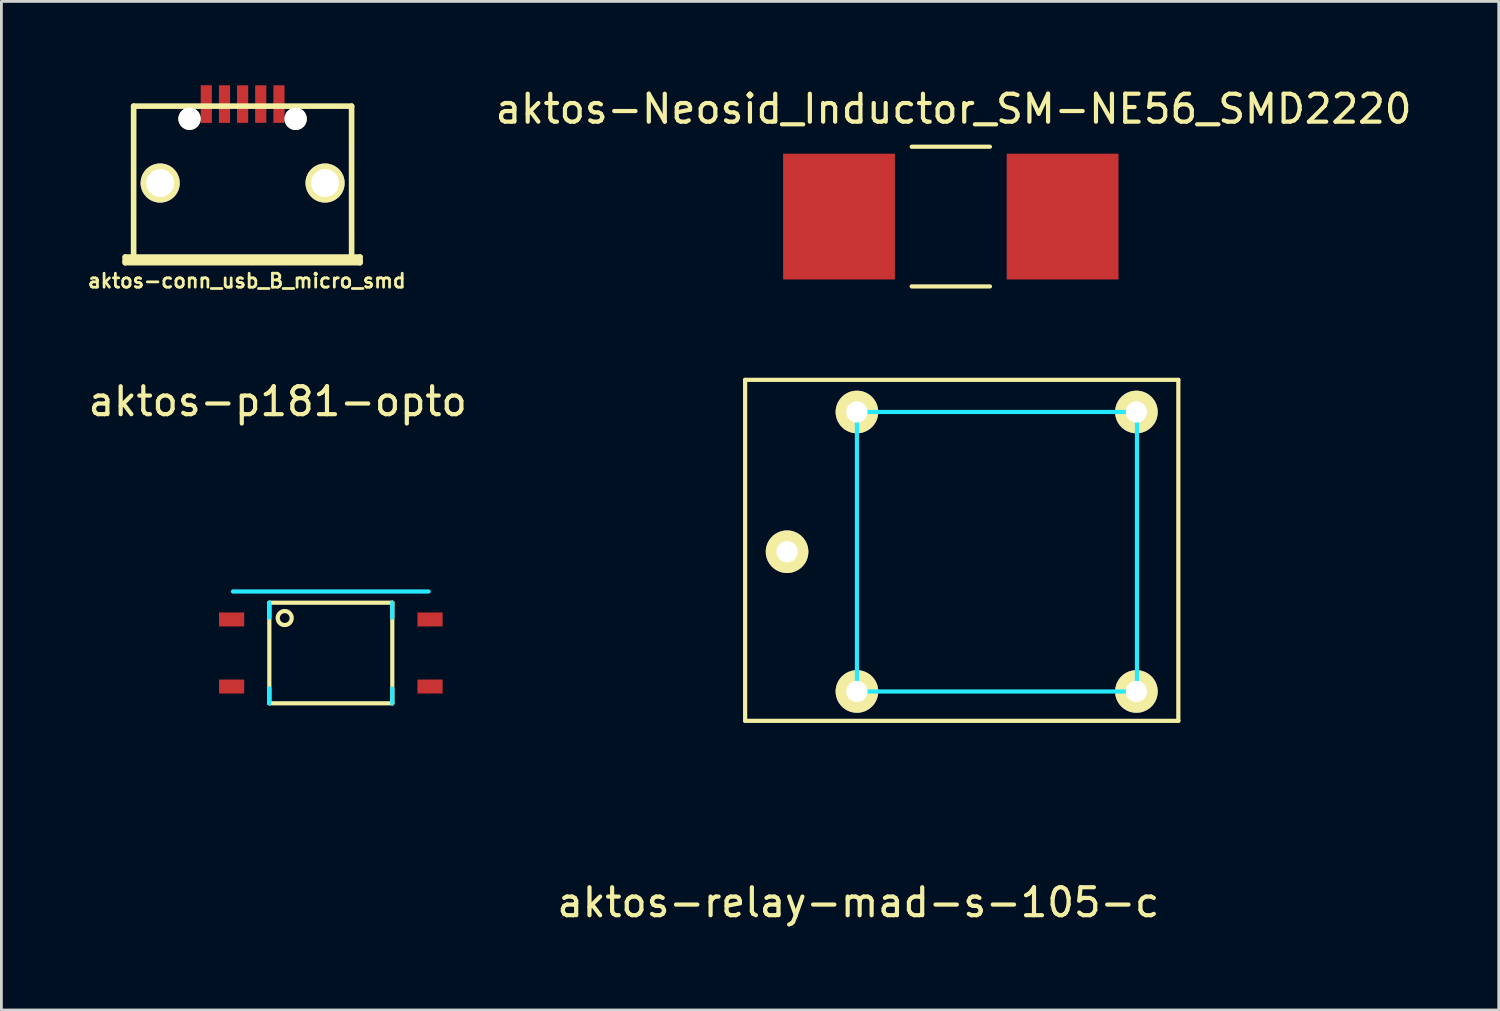
<source format=kicad_pcb>
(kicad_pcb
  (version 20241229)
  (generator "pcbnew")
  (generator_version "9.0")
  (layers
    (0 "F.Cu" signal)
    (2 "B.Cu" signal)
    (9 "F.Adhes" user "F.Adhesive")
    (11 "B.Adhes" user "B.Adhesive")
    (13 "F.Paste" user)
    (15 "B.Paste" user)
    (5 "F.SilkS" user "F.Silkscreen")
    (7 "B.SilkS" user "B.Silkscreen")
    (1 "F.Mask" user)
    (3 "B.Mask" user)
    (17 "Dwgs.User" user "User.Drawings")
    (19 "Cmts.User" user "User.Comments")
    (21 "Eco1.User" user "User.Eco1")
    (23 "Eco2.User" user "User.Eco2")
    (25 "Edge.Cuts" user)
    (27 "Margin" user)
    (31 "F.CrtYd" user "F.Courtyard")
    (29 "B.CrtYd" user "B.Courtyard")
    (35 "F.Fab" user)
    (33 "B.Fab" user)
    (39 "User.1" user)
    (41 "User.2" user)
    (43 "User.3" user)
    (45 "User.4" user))
  (footprint "aktos-p181-opto"
    (layer "F.Cu")
    (at 6.537 18.364)
    (property "Reference" "aktos-p181-opto" (at 0.35 -7.05 0) (layer "F.SilkS") (effects (font (size 1 1) (thickness 0.15))))
    (attr through_hole)
    (fp_line (start 0.05 0.15) (end 4.45 0.15) (stroke (width 0.15) (type solid)) (layer "F.SilkS"))
    (fp_line (start 0.05 3.75) (end 0.05 0.15) (stroke (width 0.15) (type solid)) (layer "F.SilkS"))
    (fp_line (start 0.05 3.75) (end 4.45 3.75) (stroke (width 0.15) (type solid)) (layer "F.SilkS"))
    (fp_line (start 4.45 3.75) (end 4.45 0.15) (stroke (width 0.15) (type solid)) (layer "F.SilkS"))
    (fp_circle (center 0.6 0.7) (end 0.75 0.9) (stroke (width 0.15) (type solid)) (fill no) (layer "F.SilkS"))
    (fp_line (start -1.25 -0.25) (end 5.75 -0.25) (stroke (width 0.15) (type solid)) (layer "B.CrtYd"))
    (fp_line (start 0.05 0.68) (end 0.05 0.15) (stroke (width 0.15) (type solid)) (layer "B.CrtYd"))
    (fp_line (start 0.05 3.75) (end 0.05 3.22) (stroke (width 0.15) (type solid)) (layer "B.CrtYd"))
    (fp_line (start 4.45 0.685) (end 4.45 0.155) (stroke (width 0.15) (type solid)) (layer "B.CrtYd"))
    (fp_line (start 4.45 3.75) (end 4.45 3.22) (stroke (width 0.15) (type solid)) (layer "B.CrtYd"))
    (pad "1" smd rect (at -1.3 0.75 90) (size 0.5 0.9) (layers "F.Cu" "F.Mask" "F.Paste"))
    (pad "2" smd rect (at -1.3 3.15 90) (size 0.5 0.9) (layers "F.Cu" "F.Mask" "F.Paste"))
    (pad "15" smd rect (at 5.8 3.15 90) (size 0.5 0.9) (layers "F.Cu" "F.Mask" "F.Paste"))
    (pad "16" smd rect (at 5.8 0.75 90) (size 0.5 0.9) (layers "F.Cu" "F.Mask" "F.Paste")))
  (footprint "aktos-conn_usb_B_micro_smd"
    (layer "F.Cu")
    (at 5.631 3.649)
    (property "Reference" "aktos-conn_usb_B_micro_smd" (at 0.15 3.35 0) (layer "F.SilkS") (effects (font (size 0.5 0.5) (thickness 0.099))))
    (attr through_hole)
    (fp_line (start -4.201 2.499) (end -4.201 2.7) (stroke (width 0.201) (type solid)) (layer "F.SilkS"))
    (fp_line (start -4.2 2.65) (end 4.202 2.65) (stroke (width 0.201) (type solid)) (layer "F.SilkS"))
    (fp_line (start -4.2 2.7) (end 4.202 2.7) (stroke (width 0.201) (type solid)) (layer "F.SilkS"))
    (fp_line (start -3.9 2.5) (end -3.899 -2.901) (stroke (width 0.201) (type solid)) (layer "F.SilkS"))
    (fp_line (start -3.899 -2.901) (end 3.899 -2.901) (stroke (width 0.201) (type solid)) (layer "F.SilkS"))
    (fp_line (start 3.899 -2.901) (end 3.9 2.45) (stroke (width 0.201) (type solid)) (layer "F.SilkS"))
    (fp_line (start 4.2 2.7) (end 4.2 2.499) (stroke (width 0.201) (type solid)) (layer "F.SilkS"))
    (fp_line (start 4.201 2.499) (end -4.201 2.499) (stroke (width 0.201) (type solid)) (layer "F.SilkS"))
    (pad "" np_thru_hole circle (at -1.9 -2.449) (size 0.798 0.798) (drill 0.798) (layers "*.Cu" "*.Mask" "F.SilkS"))
    (pad "" np_thru_hole circle (at 1.897 -2.446) (size 0.798 0.798) (drill 0.798) (layers "*.Cu" "*.Mask" "F.SilkS"))
    (pad "1" smd rect (at -1.3 -2.975) (size 0.399 1.349) (layers "F.Cu" "F.Mask" "F.Paste"))
    (pad "2" smd rect (at -0.648 -2.975) (size 0.399 1.346) (layers "F.Cu" "F.Mask" "F.Paste"))
    (pad "3" smd rect (at 0 -2.975) (size 0.399 1.346) (layers "F.Cu" "F.Mask" "F.Paste"))
    (pad "4" smd rect (at 0.648 -2.975) (size 0.399 1.346) (layers "F.Cu" "F.Mask" "F.Paste"))
    (pad "5" smd rect (at 1.3 -2.975) (size 0.399 1.346) (layers "F.Cu" "F.Mask" "F.Paste"))
    (pad "6" thru_hole circle (at -2.95 -0.15) (size 1.4 1.4) (drill 1) (layers "*.Cu" "*.Mask" "F.SilkS"))
    (pad "6" thru_hole circle (at 2.95 -0.15) (size 1.4 1.4) (drill 1) (layers "*.Cu" "*.Mask" "F.SilkS")))
  (footprint "aktos-relay-mad-s-105-c"
    (layer "F.Cu")
    (at 27.611 25.691)
    (property "Reference" "aktos-relay-mad-s-105-c" (at 0.05 3.55 0) (layer "F.SilkS") (effects (font (size 1 1) (thickness 0.15))))
    (attr through_hole)
    (fp_line (start -4 -15.15) (end 11.5 -15.15) (stroke (width 0.15) (type solid)) (layer "F.SilkS"))
    (fp_line (start -4 -2.95) (end -4 -15.15) (stroke (width 0.15) (type solid)) (layer "F.SilkS"))
    (fp_line (start -4 -2.95) (end 11.5 -2.95) (stroke (width 0.15) (type solid)) (layer "F.SilkS"))
    (fp_line (start 11.5 -2.95) (end 11.5 -15.15) (stroke (width 0.15) (type solid)) (layer "F.SilkS"))
    (fp_line (start 0 -14) (end 10.02 -14) (stroke (width 0.15) (type solid)) (layer "B.CrtYd"))
    (fp_line (start 0 -4) (end 0 -14) (stroke (width 0.15) (type solid)) (layer "B.CrtYd"))
    (fp_line (start 0 -4) (end 10.02 -4) (stroke (width 0.15) (type solid)) (layer "B.CrtYd"))
    (fp_line (start 10.02 -14) (end 10.02 -4.03) (stroke (width 0.15) (type solid)) (layer "B.CrtYd"))
    (pad "1" thru_hole circle (at -2.5 -9) (size 1.524 1.524) (drill 0.762) (layers "*.Cu" "*.Mask" "F.SilkS"))
    (pad "2" thru_hole circle (at 0 -14) (size 1.524 1.524) (drill 0.762) (layers "*.Cu" "*.Mask" "F.SilkS"))
    (pad "3" thru_hole circle (at 10 -14) (size 1.524 1.524) (drill 0.762) (layers "*.Cu" "*.Mask" "F.SilkS"))
    (pad "4" thru_hole circle (at 10 -4) (size 1.524 1.524) (drill 0.762) (layers "*.Cu" "*.Mask" "F.SilkS"))
    (pad "5" thru_hole circle (at 0 -4) (size 1.524 1.524) (drill 0.762) (layers "*.Cu" "*.Mask" "F.SilkS")))
  (footprint "aktos-Neosid_Inductor_SM-NE56_SMD2220"
    (layer "F.Cu")
    (at 30.97 4.699)
    (property "Reference" "aktos-Neosid_Inductor_SM-NE56_SMD2220" (at 0.099 -3.851 0) (layer "F.SilkS") (effects (font (size 1 1) (thickness 0.15))))
    (attr smd)
    (fp_line (start 1.4 -2.499) (end -1.4 -2.499) (stroke (width 0.15) (type solid)) (layer "F.SilkS"))
    (fp_line (start 1.4 2.499) (end -1.4 2.499) (stroke (width 0.15) (type solid)) (layer "F.SilkS"))
    (pad "1" smd rect (at -4 0) (size 4 4.501) (layers "F.Cu" "F.Mask" "F.Paste"))
    (pad "2" smd rect (at 4 0) (size 4 4.501) (layers "F.Cu" "F.Mask" "F.Paste")))
  (gr_rect
    (start -3 -3)
    (end 50.575 33.089)
    (stroke (width 0.1) (type default))
    (fill no)
    (layer "Edge.Cuts")))
</source>
